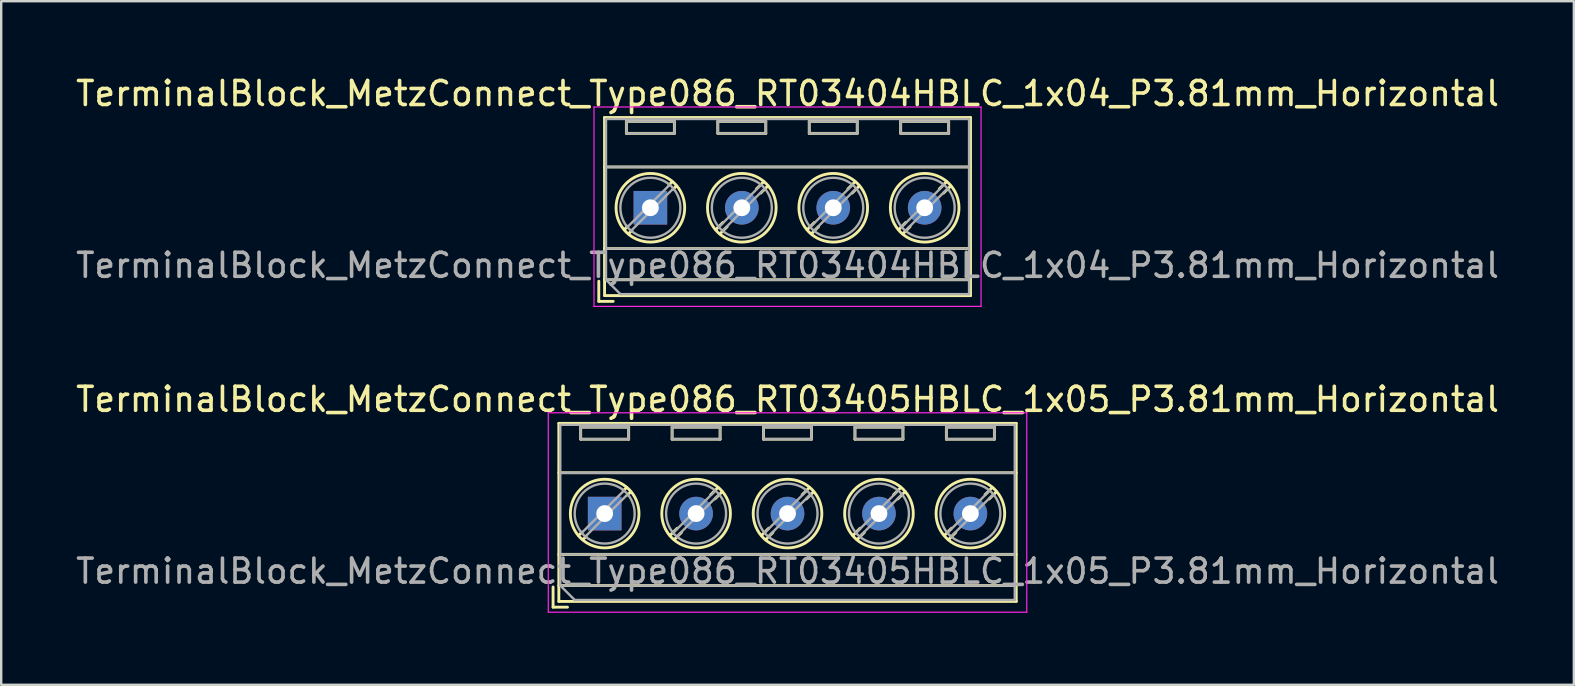
<source format=kicad_pcb>
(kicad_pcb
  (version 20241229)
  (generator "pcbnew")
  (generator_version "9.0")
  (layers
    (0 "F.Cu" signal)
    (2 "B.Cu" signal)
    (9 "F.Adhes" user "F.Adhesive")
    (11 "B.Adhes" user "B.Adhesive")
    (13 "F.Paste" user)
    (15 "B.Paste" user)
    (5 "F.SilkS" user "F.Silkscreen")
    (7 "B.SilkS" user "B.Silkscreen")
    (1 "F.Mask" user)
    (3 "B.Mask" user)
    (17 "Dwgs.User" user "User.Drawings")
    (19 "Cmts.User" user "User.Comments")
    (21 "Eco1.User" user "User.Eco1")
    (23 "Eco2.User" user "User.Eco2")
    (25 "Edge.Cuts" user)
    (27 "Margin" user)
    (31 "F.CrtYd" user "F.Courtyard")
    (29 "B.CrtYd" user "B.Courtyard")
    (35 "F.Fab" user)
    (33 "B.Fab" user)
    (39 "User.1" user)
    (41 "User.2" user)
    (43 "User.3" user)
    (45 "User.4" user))
  (footprint "TerminalBlock_MetzConnect_Type086_RT03405HBLC_1x05_P3.81mm_Horizontal"
    (layer "F.Cu")
    (at 22.148 18.352)
    (property "Reference" "TerminalBlock_MetzConnect_Type086_RT03405HBLC_1x05_P3.81mm_Horizontal" (at 7.62 -4.76 0) (layer "F.SilkS") (effects (font (size 1 1) (thickness 0.15))))
    (attr through_hole)
    (fp_line (start -2.15 3.06) (end -2.15 3.9) (stroke (width 0.12) (type solid)) (layer "F.SilkS"))
    (fp_line (start -2.15 3.9) (end -1.55 3.9) (stroke (width 0.12) (type solid)) (layer "F.SilkS"))
    (fp_line (start -1.91 -3.76) (end -1.91 3.66) (stroke (width 0.12) (type solid)) (layer "F.SilkS"))
    (fp_line (start -1.91 -3.76) (end 17.15 -3.76) (stroke (width 0.12) (type solid)) (layer "F.SilkS"))
    (fp_line (start -1.91 -1.7) (end 17.15 -1.7) (stroke (width 0.12) (type solid)) (layer "F.SilkS"))
    (fp_line (start -1.91 1.701) (end 17.15 1.701) (stroke (width 0.12) (type solid)) (layer "F.SilkS"))
    (fp_line (start -1.91 3) (end 17.15 3) (stroke (width 0.12) (type solid)) (layer "F.SilkS"))
    (fp_line (start -1.91 3.66) (end 17.15 3.66) (stroke (width 0.12) (type solid)) (layer "F.SilkS"))
    (fp_line (start -1 -3.6) (end -1 -3.1) (stroke (width 0.12) (type solid)) (layer "F.SilkS"))
    (fp_line (start -1 -3.6) (end 1 -3.6) (stroke (width 0.12) (type solid)) (layer "F.SilkS"))
    (fp_line (start -1 -3.1) (end 1 -3.1) (stroke (width 0.12) (type solid)) (layer "F.SilkS"))
    (fp_line (start -0.946 0.771) (end -1.085 0.91) (stroke (width 0.12) (type solid)) (layer "F.SilkS"))
    (fp_line (start -0.771 0.945) (end -0.911 1.085) (stroke (width 0.12) (type solid)) (layer "F.SilkS"))
    (fp_line (start 0.911 -1.085) (end 0.771 -0.945) (stroke (width 0.12) (type solid)) (layer "F.SilkS"))
    (fp_line (start 1 -3.6) (end 1 -3.1) (stroke (width 0.12) (type solid)) (layer "F.SilkS"))
    (fp_line (start 1.085 -0.91) (end 0.945 -0.771) (stroke (width 0.12) (type solid)) (layer "F.SilkS"))
    (fp_line (start 2.81 -3.6) (end 2.81 -3.1) (stroke (width 0.12) (type solid)) (layer "F.SilkS"))
    (fp_line (start 2.81 -3.6) (end 4.81 -3.6) (stroke (width 0.12) (type solid)) (layer "F.SilkS"))
    (fp_line (start 2.81 -3.1) (end 4.81 -3.1) (stroke (width 0.12) (type solid)) (layer "F.SilkS"))
    (fp_line (start 3.025 0.611) (end 2.726 0.91) (stroke (width 0.12) (type solid)) (layer "F.SilkS"))
    (fp_line (start 3.2 0.786) (end 2.9 1.085) (stroke (width 0.12) (type solid)) (layer "F.SilkS"))
    (fp_line (start 4.721 -1.085) (end 4.421 -0.786) (stroke (width 0.12) (type solid)) (layer "F.SilkS"))
    (fp_line (start 4.81 -3.6) (end 4.81 -3.1) (stroke (width 0.12) (type solid)) (layer "F.SilkS"))
    (fp_line (start 4.895 -0.91) (end 4.596 -0.611) (stroke (width 0.12) (type solid)) (layer "F.SilkS"))
    (fp_line (start 6.62 -3.6) (end 6.62 -3.1) (stroke (width 0.12) (type solid)) (layer "F.SilkS"))
    (fp_line (start 6.62 -3.6) (end 8.62 -3.6) (stroke (width 0.12) (type solid)) (layer "F.SilkS"))
    (fp_line (start 6.62 -3.1) (end 8.62 -3.1) (stroke (width 0.12) (type solid)) (layer "F.SilkS"))
    (fp_line (start 6.835 0.611) (end 6.536 0.91) (stroke (width 0.12) (type solid)) (layer "F.SilkS"))
    (fp_line (start 7.01 0.786) (end 6.71 1.085) (stroke (width 0.12) (type solid)) (layer "F.SilkS"))
    (fp_line (start 8.531 -1.085) (end 8.231 -0.786) (stroke (width 0.12) (type solid)) (layer "F.SilkS"))
    (fp_line (start 8.62 -3.6) (end 8.62 -3.1) (stroke (width 0.12) (type solid)) (layer "F.SilkS"))
    (fp_line (start 8.705 -0.91) (end 8.406 -0.611) (stroke (width 0.12) (type solid)) (layer "F.SilkS"))
    (fp_line (start 10.43 -3.6) (end 10.43 -3.1) (stroke (width 0.12) (type solid)) (layer "F.SilkS"))
    (fp_line (start 10.43 -3.6) (end 12.43 -3.6) (stroke (width 0.12) (type solid)) (layer "F.SilkS"))
    (fp_line (start 10.43 -3.1) (end 12.43 -3.1) (stroke (width 0.12) (type solid)) (layer "F.SilkS"))
    (fp_line (start 10.645 0.611) (end 10.346 0.91) (stroke (width 0.12) (type solid)) (layer "F.SilkS"))
    (fp_line (start 10.82 0.786) (end 10.52 1.085) (stroke (width 0.12) (type solid)) (layer "F.SilkS"))
    (fp_line (start 12.341 -1.085) (end 12.041 -0.786) (stroke (width 0.12) (type solid)) (layer "F.SilkS"))
    (fp_line (start 12.43 -3.6) (end 12.43 -3.1) (stroke (width 0.12) (type solid)) (layer "F.SilkS"))
    (fp_line (start 12.515 -0.91) (end 12.216 -0.611) (stroke (width 0.12) (type solid)) (layer "F.SilkS"))
    (fp_line (start 14.24 -3.6) (end 14.24 -3.1) (stroke (width 0.12) (type solid)) (layer "F.SilkS"))
    (fp_line (start 14.24 -3.6) (end 16.241 -3.6) (stroke (width 0.12) (type solid)) (layer "F.SilkS"))
    (fp_line (start 14.24 -3.1) (end 16.241 -3.1) (stroke (width 0.12) (type solid)) (layer "F.SilkS"))
    (fp_line (start 14.455 0.611) (end 14.156 0.91) (stroke (width 0.12) (type solid)) (layer "F.SilkS"))
    (fp_line (start 14.63 0.786) (end 14.33 1.085) (stroke (width 0.12) (type solid)) (layer "F.SilkS"))
    (fp_line (start 16.151 -1.085) (end 15.851 -0.786) (stroke (width 0.12) (type solid)) (layer "F.SilkS"))
    (fp_line (start 16.241 -3.6) (end 16.241 -3.1) (stroke (width 0.12) (type solid)) (layer "F.SilkS"))
    (fp_line (start 16.325 -0.91) (end 16.026 -0.611) (stroke (width 0.12) (type solid)) (layer "F.SilkS"))
    (fp_line (start 17.15 -3.76) (end 17.15 3.66) (stroke (width 0.12) (type solid)) (layer "F.SilkS"))
    (fp_circle (center 0 0) (end 1.43 0) (stroke (width 0.12) (type solid)) (fill no) (layer "F.SilkS"))
    (fp_circle (center 3.81 0) (end 5.24 0) (stroke (width 0.12) (type solid)) (fill no) (layer "F.SilkS"))
    (fp_circle (center 7.62 0) (end 9.05 0) (stroke (width 0.12) (type solid)) (fill no) (layer "F.SilkS"))
    (fp_circle (center 11.43 0) (end 12.86 0) (stroke (width 0.12) (type solid)) (fill no) (layer "F.SilkS"))
    (fp_circle (center 15.24 0) (end 16.67 0) (stroke (width 0.12) (type solid)) (fill no) (layer "F.SilkS"))
    (fp_line (start -2.35 -4.2) (end -2.35 4.11) (stroke (width 0.05) (type solid)) (layer "F.CrtYd"))
    (fp_line (start -2.35 4.11) (end 17.59 4.11) (stroke (width 0.05) (type solid)) (layer "F.CrtYd"))
    (fp_line (start 17.59 -4.2) (end -2.35 -4.2) (stroke (width 0.05) (type solid)) (layer "F.CrtYd"))
    (fp_line (start 17.59 4.11) (end 17.59 -4.2) (stroke (width 0.05) (type solid)) (layer "F.CrtYd"))
    (fp_line (start -1.85 -3.7) (end 17.09 -3.7) (stroke (width 0.1) (type solid)) (layer "F.Fab"))
    (fp_line (start -1.85 -1.7) (end 17.09 -1.7) (stroke (width 0.1) (type solid)) (layer "F.Fab"))
    (fp_line (start -1.85 1.7) (end 17.09 1.7) (stroke (width 0.1) (type solid)) (layer "F.Fab"))
    (fp_line (start -1.85 3) (end -1.85 -3.7) (stroke (width 0.1) (type solid)) (layer "F.Fab"))
    (fp_line (start -1.85 3) (end 17.09 3) (stroke (width 0.1) (type solid)) (layer "F.Fab"))
    (fp_line (start -1.25 3.6) (end -1.85 3) (stroke (width 0.1) (type solid)) (layer "F.Fab"))
    (fp_line (start -1 -3.6) (end -1 -3.1) (stroke (width 0.1) (type solid)) (layer "F.Fab"))
    (fp_line (start -1 -3.1) (end 1 -3.1) (stroke (width 0.1) (type solid)) (layer "F.Fab"))
    (fp_line (start 0.796 -0.948) (end -0.949 0.796) (stroke (width 0.1) (type solid)) (layer "F.Fab"))
    (fp_line (start 0.949 -0.796) (end -0.796 0.948) (stroke (width 0.1) (type solid)) (layer "F.Fab"))
    (fp_line (start 1 -3.6) (end -1 -3.6) (stroke (width 0.1) (type solid)) (layer "F.Fab"))
    (fp_line (start 1 -3.1) (end 1 -3.6) (stroke (width 0.1) (type solid)) (layer "F.Fab"))
    (fp_line (start 2.81 -3.6) (end 2.81 -3.1) (stroke (width 0.1) (type solid)) (layer "F.Fab"))
    (fp_line (start 2.81 -3.1) (end 4.81 -3.1) (stroke (width 0.1) (type solid)) (layer "F.Fab"))
    (fp_line (start 4.606 -0.948) (end 2.862 0.796) (stroke (width 0.1) (type solid)) (layer "F.Fab"))
    (fp_line (start 4.759 -0.796) (end 3.015 0.948) (stroke (width 0.1) (type solid)) (layer "F.Fab"))
    (fp_line (start 4.81 -3.6) (end 2.81 -3.6) (stroke (width 0.1) (type solid)) (layer "F.Fab"))
    (fp_line (start 4.81 -3.1) (end 4.81 -3.6) (stroke (width 0.1) (type solid)) (layer "F.Fab"))
    (fp_line (start 6.62 -3.6) (end 6.62 -3.1) (stroke (width 0.1) (type solid)) (layer "F.Fab"))
    (fp_line (start 6.62 -3.1) (end 8.62 -3.1) (stroke (width 0.1) (type solid)) (layer "F.Fab"))
    (fp_line (start 8.416 -0.948) (end 6.672 0.796) (stroke (width 0.1) (type solid)) (layer "F.Fab"))
    (fp_line (start 8.569 -0.796) (end 6.825 0.948) (stroke (width 0.1) (type solid)) (layer "F.Fab"))
    (fp_line (start 8.62 -3.6) (end 6.62 -3.6) (stroke (width 0.1) (type solid)) (layer "F.Fab"))
    (fp_line (start 8.62 -3.1) (end 8.62 -3.6) (stroke (width 0.1) (type solid)) (layer "F.Fab"))
    (fp_line (start 10.43 -3.6) (end 10.43 -3.1) (stroke (width 0.1) (type solid)) (layer "F.Fab"))
    (fp_line (start 10.43 -3.1) (end 12.43 -3.1) (stroke (width 0.1) (type solid)) (layer "F.Fab"))
    (fp_line (start 12.226 -0.948) (end 10.482 0.796) (stroke (width 0.1) (type solid)) (layer "F.Fab"))
    (fp_line (start 12.379 -0.796) (end 10.635 0.948) (stroke (width 0.1) (type solid)) (layer "F.Fab"))
    (fp_line (start 12.43 -3.6) (end 10.43 -3.6) (stroke (width 0.1) (type solid)) (layer "F.Fab"))
    (fp_line (start 12.43 -3.1) (end 12.43 -3.6) (stroke (width 0.1) (type solid)) (layer "F.Fab"))
    (fp_line (start 14.24 -3.6) (end 14.24 -3.1) (stroke (width 0.1) (type solid)) (layer "F.Fab"))
    (fp_line (start 14.24 -3.1) (end 16.24 -3.1) (stroke (width 0.1) (type solid)) (layer "F.Fab"))
    (fp_line (start 16.036 -0.948) (end 14.292 0.796) (stroke (width 0.1) (type solid)) (layer "F.Fab"))
    (fp_line (start 16.189 -0.796) (end 14.445 0.948) (stroke (width 0.1) (type solid)) (layer "F.Fab"))
    (fp_line (start 16.24 -3.6) (end 14.24 -3.6) (stroke (width 0.1) (type solid)) (layer "F.Fab"))
    (fp_line (start 16.24 -3.1) (end 16.24 -3.6) (stroke (width 0.1) (type solid)) (layer "F.Fab"))
    (fp_line (start 17.09 -3.7) (end 17.09 3.6) (stroke (width 0.1) (type solid)) (layer "F.Fab"))
    (fp_line (start 17.09 3.6) (end -1.25 3.6) (stroke (width 0.1) (type solid)) (layer "F.Fab"))
    (fp_circle (center 0 0) (end 1.25 0) (stroke (width 0.1) (type solid)) (fill no) (layer "F.Fab"))
    (fp_circle (center 3.81 0) (end 5.06 0) (stroke (width 0.1) (type solid)) (fill no) (layer "F.Fab"))
    (fp_circle (center 7.62 0) (end 8.87 0) (stroke (width 0.1) (type solid)) (fill no) (layer "F.Fab"))
    (fp_circle (center 11.43 0) (end 12.68 0) (stroke (width 0.1) (type solid)) (fill no) (layer "F.Fab"))
    (fp_circle (center 15.24 0) (end 16.49 0) (stroke (width 0.1) (type solid)) (fill no) (layer "F.Fab"))
    (fp_text user "${REFERENCE}" (at 7.62 2.4 0) (layer "F.Fab") (effects (font (size 1 1) (thickness 0.15))))
    (pad "1" thru_hole rect (at 0 0) (size 1.4 1.4) (drill 0.7) (layers "*.Cu" "*.Mask"))
    (pad "2" thru_hole circle (at 3.81 0) (size 1.4 1.4) (drill 0.7) (layers "*.Cu" "*.Mask"))
    (pad "3" thru_hole circle (at 7.62 0) (size 1.4 1.4) (drill 0.7) (layers "*.Cu" "*.Mask"))
    (pad "4" thru_hole circle (at 11.43 0) (size 1.4 1.4) (drill 0.7) (layers "*.Cu" "*.Mask"))
    (pad "5" thru_hole circle (at 15.24 0) (size 1.4 1.4) (drill 0.7) (layers "*.Cu" "*.Mask")))
  (footprint "TerminalBlock_MetzConnect_Type086_RT03404HBLC_1x04_P3.81mm_Horizontal"
    (layer "F.Cu")
    (at 24.053 5.608)
    (property "Reference" "TerminalBlock_MetzConnect_Type086_RT03404HBLC_1x04_P3.81mm_Horizontal" (at 5.715 -4.76 0) (layer "F.SilkS") (effects (font (size 1 1) (thickness 0.15))))
    (attr through_hole)
    (fp_line (start -2.15 3.06) (end -2.15 3.9) (stroke (width 0.12) (type solid)) (layer "F.SilkS"))
    (fp_line (start -2.15 3.9) (end -1.55 3.9) (stroke (width 0.12) (type solid)) (layer "F.SilkS"))
    (fp_line (start -1.91 -3.76) (end -1.91 3.66) (stroke (width 0.12) (type solid)) (layer "F.SilkS"))
    (fp_line (start -1.91 -3.76) (end 13.34 -3.76) (stroke (width 0.12) (type solid)) (layer "F.SilkS"))
    (fp_line (start -1.91 -1.7) (end 13.34 -1.7) (stroke (width 0.12) (type solid)) (layer "F.SilkS"))
    (fp_line (start -1.91 1.701) (end 13.34 1.701) (stroke (width 0.12) (type solid)) (layer "F.SilkS"))
    (fp_line (start -1.91 3) (end 13.34 3) (stroke (width 0.12) (type solid)) (layer "F.SilkS"))
    (fp_line (start -1.91 3.66) (end 13.34 3.66) (stroke (width 0.12) (type solid)) (layer "F.SilkS"))
    (fp_line (start -1 -3.6) (end -1 -3.1) (stroke (width 0.12) (type solid)) (layer "F.SilkS"))
    (fp_line (start -1 -3.6) (end 1 -3.6) (stroke (width 0.12) (type solid)) (layer "F.SilkS"))
    (fp_line (start -1 -3.1) (end 1 -3.1) (stroke (width 0.12) (type solid)) (layer "F.SilkS"))
    (fp_line (start -0.946 0.771) (end -1.085 0.91) (stroke (width 0.12) (type solid)) (layer "F.SilkS"))
    (fp_line (start -0.771 0.945) (end -0.911 1.085) (stroke (width 0.12) (type solid)) (layer "F.SilkS"))
    (fp_line (start 0.911 -1.085) (end 0.771 -0.945) (stroke (width 0.12) (type solid)) (layer "F.SilkS"))
    (fp_line (start 1 -3.6) (end 1 -3.1) (stroke (width 0.12) (type solid)) (layer "F.SilkS"))
    (fp_line (start 1.085 -0.91) (end 0.945 -0.771) (stroke (width 0.12) (type solid)) (layer "F.SilkS"))
    (fp_line (start 2.81 -3.6) (end 2.81 -3.1) (stroke (width 0.12) (type solid)) (layer "F.SilkS"))
    (fp_line (start 2.81 -3.6) (end 4.81 -3.6) (stroke (width 0.12) (type solid)) (layer "F.SilkS"))
    (fp_line (start 2.81 -3.1) (end 4.81 -3.1) (stroke (width 0.12) (type solid)) (layer "F.SilkS"))
    (fp_line (start 3.025 0.611) (end 2.726 0.91) (stroke (width 0.12) (type solid)) (layer "F.SilkS"))
    (fp_line (start 3.2 0.786) (end 2.9 1.085) (stroke (width 0.12) (type solid)) (layer "F.SilkS"))
    (fp_line (start 4.721 -1.085) (end 4.421 -0.786) (stroke (width 0.12) (type solid)) (layer "F.SilkS"))
    (fp_line (start 4.81 -3.6) (end 4.81 -3.1) (stroke (width 0.12) (type solid)) (layer "F.SilkS"))
    (fp_line (start 4.895 -0.91) (end 4.596 -0.611) (stroke (width 0.12) (type solid)) (layer "F.SilkS"))
    (fp_line (start 6.62 -3.6) (end 6.62 -3.1) (stroke (width 0.12) (type solid)) (layer "F.SilkS"))
    (fp_line (start 6.62 -3.6) (end 8.62 -3.6) (stroke (width 0.12) (type solid)) (layer "F.SilkS"))
    (fp_line (start 6.62 -3.1) (end 8.62 -3.1) (stroke (width 0.12) (type solid)) (layer "F.SilkS"))
    (fp_line (start 6.835 0.611) (end 6.536 0.91) (stroke (width 0.12) (type solid)) (layer "F.SilkS"))
    (fp_line (start 7.01 0.786) (end 6.71 1.085) (stroke (width 0.12) (type solid)) (layer "F.SilkS"))
    (fp_line (start 8.531 -1.085) (end 8.231 -0.786) (stroke (width 0.12) (type solid)) (layer "F.SilkS"))
    (fp_line (start 8.62 -3.6) (end 8.62 -3.1) (stroke (width 0.12) (type solid)) (layer "F.SilkS"))
    (fp_line (start 8.705 -0.91) (end 8.406 -0.611) (stroke (width 0.12) (type solid)) (layer "F.SilkS"))
    (fp_line (start 10.43 -3.6) (end 10.43 -3.1) (stroke (width 0.12) (type solid)) (layer "F.SilkS"))
    (fp_line (start 10.43 -3.6) (end 12.43 -3.6) (stroke (width 0.12) (type solid)) (layer "F.SilkS"))
    (fp_line (start 10.43 -3.1) (end 12.43 -3.1) (stroke (width 0.12) (type solid)) (layer "F.SilkS"))
    (fp_line (start 10.645 0.611) (end 10.346 0.91) (stroke (width 0.12) (type solid)) (layer "F.SilkS"))
    (fp_line (start 10.82 0.786) (end 10.52 1.085) (stroke (width 0.12) (type solid)) (layer "F.SilkS"))
    (fp_line (start 12.341 -1.085) (end 12.041 -0.786) (stroke (width 0.12) (type solid)) (layer "F.SilkS"))
    (fp_line (start 12.43 -3.6) (end 12.43 -3.1) (stroke (width 0.12) (type solid)) (layer "F.SilkS"))
    (fp_line (start 12.515 -0.91) (end 12.216 -0.611) (stroke (width 0.12) (type solid)) (layer "F.SilkS"))
    (fp_line (start 13.34 -3.76) (end 13.34 3.66) (stroke (width 0.12) (type solid)) (layer "F.SilkS"))
    (fp_circle (center 0 0) (end 1.43 0) (stroke (width 0.12) (type solid)) (fill no) (layer "F.SilkS"))
    (fp_circle (center 3.81 0) (end 5.24 0) (stroke (width 0.12) (type solid)) (fill no) (layer "F.SilkS"))
    (fp_circle (center 7.62 0) (end 9.05 0) (stroke (width 0.12) (type solid)) (fill no) (layer "F.SilkS"))
    (fp_circle (center 11.43 0) (end 12.86 0) (stroke (width 0.12) (type solid)) (fill no) (layer "F.SilkS"))
    (fp_line (start -2.35 -4.2) (end -2.35 4.11) (stroke (width 0.05) (type solid)) (layer "F.CrtYd"))
    (fp_line (start -2.35 4.11) (end 13.78 4.11) (stroke (width 0.05) (type solid)) (layer "F.CrtYd"))
    (fp_line (start 13.78 -4.2) (end -2.35 -4.2) (stroke (width 0.05) (type solid)) (layer "F.CrtYd"))
    (fp_line (start 13.78 4.11) (end 13.78 -4.2) (stroke (width 0.05) (type solid)) (layer "F.CrtYd"))
    (fp_line (start -1.85 -3.7) (end 13.28 -3.7) (stroke (width 0.1) (type solid)) (layer "F.Fab"))
    (fp_line (start -1.85 -1.7) (end 13.28 -1.7) (stroke (width 0.1) (type solid)) (layer "F.Fab"))
    (fp_line (start -1.85 1.7) (end 13.28 1.7) (stroke (width 0.1) (type solid)) (layer "F.Fab"))
    (fp_line (start -1.85 3) (end -1.85 -3.7) (stroke (width 0.1) (type solid)) (layer "F.Fab"))
    (fp_line (start -1.85 3) (end 13.28 3) (stroke (width 0.1) (type solid)) (layer "F.Fab"))
    (fp_line (start -1.25 3.6) (end -1.85 3) (stroke (width 0.1) (type solid)) (layer "F.Fab"))
    (fp_line (start -1 -3.6) (end -1 -3.1) (stroke (width 0.1) (type solid)) (layer "F.Fab"))
    (fp_line (start -1 -3.1) (end 1 -3.1) (stroke (width 0.1) (type solid)) (layer "F.Fab"))
    (fp_line (start 0.796 -0.948) (end -0.949 0.796) (stroke (width 0.1) (type solid)) (layer "F.Fab"))
    (fp_line (start 0.949 -0.796) (end -0.796 0.948) (stroke (width 0.1) (type solid)) (layer "F.Fab"))
    (fp_line (start 1 -3.6) (end -1 -3.6) (stroke (width 0.1) (type solid)) (layer "F.Fab"))
    (fp_line (start 1 -3.1) (end 1 -3.6) (stroke (width 0.1) (type solid)) (layer "F.Fab"))
    (fp_line (start 2.81 -3.6) (end 2.81 -3.1) (stroke (width 0.1) (type solid)) (layer "F.Fab"))
    (fp_line (start 2.81 -3.1) (end 4.81 -3.1) (stroke (width 0.1) (type solid)) (layer "F.Fab"))
    (fp_line (start 4.606 -0.948) (end 2.862 0.796) (stroke (width 0.1) (type solid)) (layer "F.Fab"))
    (fp_line (start 4.759 -0.796) (end 3.015 0.948) (stroke (width 0.1) (type solid)) (layer "F.Fab"))
    (fp_line (start 4.81 -3.6) (end 2.81 -3.6) (stroke (width 0.1) (type solid)) (layer "F.Fab"))
    (fp_line (start 4.81 -3.1) (end 4.81 -3.6) (stroke (width 0.1) (type solid)) (layer "F.Fab"))
    (fp_line (start 6.62 -3.6) (end 6.62 -3.1) (stroke (width 0.1) (type solid)) (layer "F.Fab"))
    (fp_line (start 6.62 -3.1) (end 8.62 -3.1) (stroke (width 0.1) (type solid)) (layer "F.Fab"))
    (fp_line (start 8.416 -0.948) (end 6.672 0.796) (stroke (width 0.1) (type solid)) (layer "F.Fab"))
    (fp_line (start 8.569 -0.796) (end 6.825 0.948) (stroke (width 0.1) (type solid)) (layer "F.Fab"))
    (fp_line (start 8.62 -3.6) (end 6.62 -3.6) (stroke (width 0.1) (type solid)) (layer "F.Fab"))
    (fp_line (start 8.62 -3.1) (end 8.62 -3.6) (stroke (width 0.1) (type solid)) (layer "F.Fab"))
    (fp_line (start 10.43 -3.6) (end 10.43 -3.1) (stroke (width 0.1) (type solid)) (layer "F.Fab"))
    (fp_line (start 10.43 -3.1) (end 12.43 -3.1) (stroke (width 0.1) (type solid)) (layer "F.Fab"))
    (fp_line (start 12.226 -0.948) (end 10.482 0.796) (stroke (width 0.1) (type solid)) (layer "F.Fab"))
    (fp_line (start 12.379 -0.796) (end 10.635 0.948) (stroke (width 0.1) (type solid)) (layer "F.Fab"))
    (fp_line (start 12.43 -3.6) (end 10.43 -3.6) (stroke (width 0.1) (type solid)) (layer "F.Fab"))
    (fp_line (start 12.43 -3.1) (end 12.43 -3.6) (stroke (width 0.1) (type solid)) (layer "F.Fab"))
    (fp_line (start 13.28 -3.7) (end 13.28 3.6) (stroke (width 0.1) (type solid)) (layer "F.Fab"))
    (fp_line (start 13.28 3.6) (end -1.25 3.6) (stroke (width 0.1) (type solid)) (layer "F.Fab"))
    (fp_circle (center 0 0) (end 1.25 0) (stroke (width 0.1) (type solid)) (fill no) (layer "F.Fab"))
    (fp_circle (center 3.81 0) (end 5.06 0) (stroke (width 0.1) (type solid)) (fill no) (layer "F.Fab"))
    (fp_circle (center 7.62 0) (end 8.87 0) (stroke (width 0.1) (type solid)) (fill no) (layer "F.Fab"))
    (fp_circle (center 11.43 0) (end 12.68 0) (stroke (width 0.1) (type solid)) (fill no) (layer "F.Fab"))
    (fp_text user "${REFERENCE}" (at 5.715 2.4 0) (layer "F.Fab") (effects (font (size 1 1) (thickness 0.15))))
    (pad "1" thru_hole rect (at 0 0) (size 1.4 1.4) (drill 0.7) (layers "*.Cu" "*.Mask"))
    (pad "2" thru_hole circle (at 3.81 0) (size 1.4 1.4) (drill 0.7) (layers "*.Cu" "*.Mask"))
    (pad "3" thru_hole circle (at 7.62 0) (size 1.4 1.4) (drill 0.7) (layers "*.Cu" "*.Mask"))
    (pad "4" thru_hole circle (at 11.43 0) (size 1.4 1.4) (drill 0.7) (layers "*.Cu" "*.Mask")))
  (gr_rect
    (start -3 -3)
    (end 62.536 25.486)
    (stroke (width 0.1) (type default))
    (fill no)
    (layer "Edge.Cuts")))
</source>
